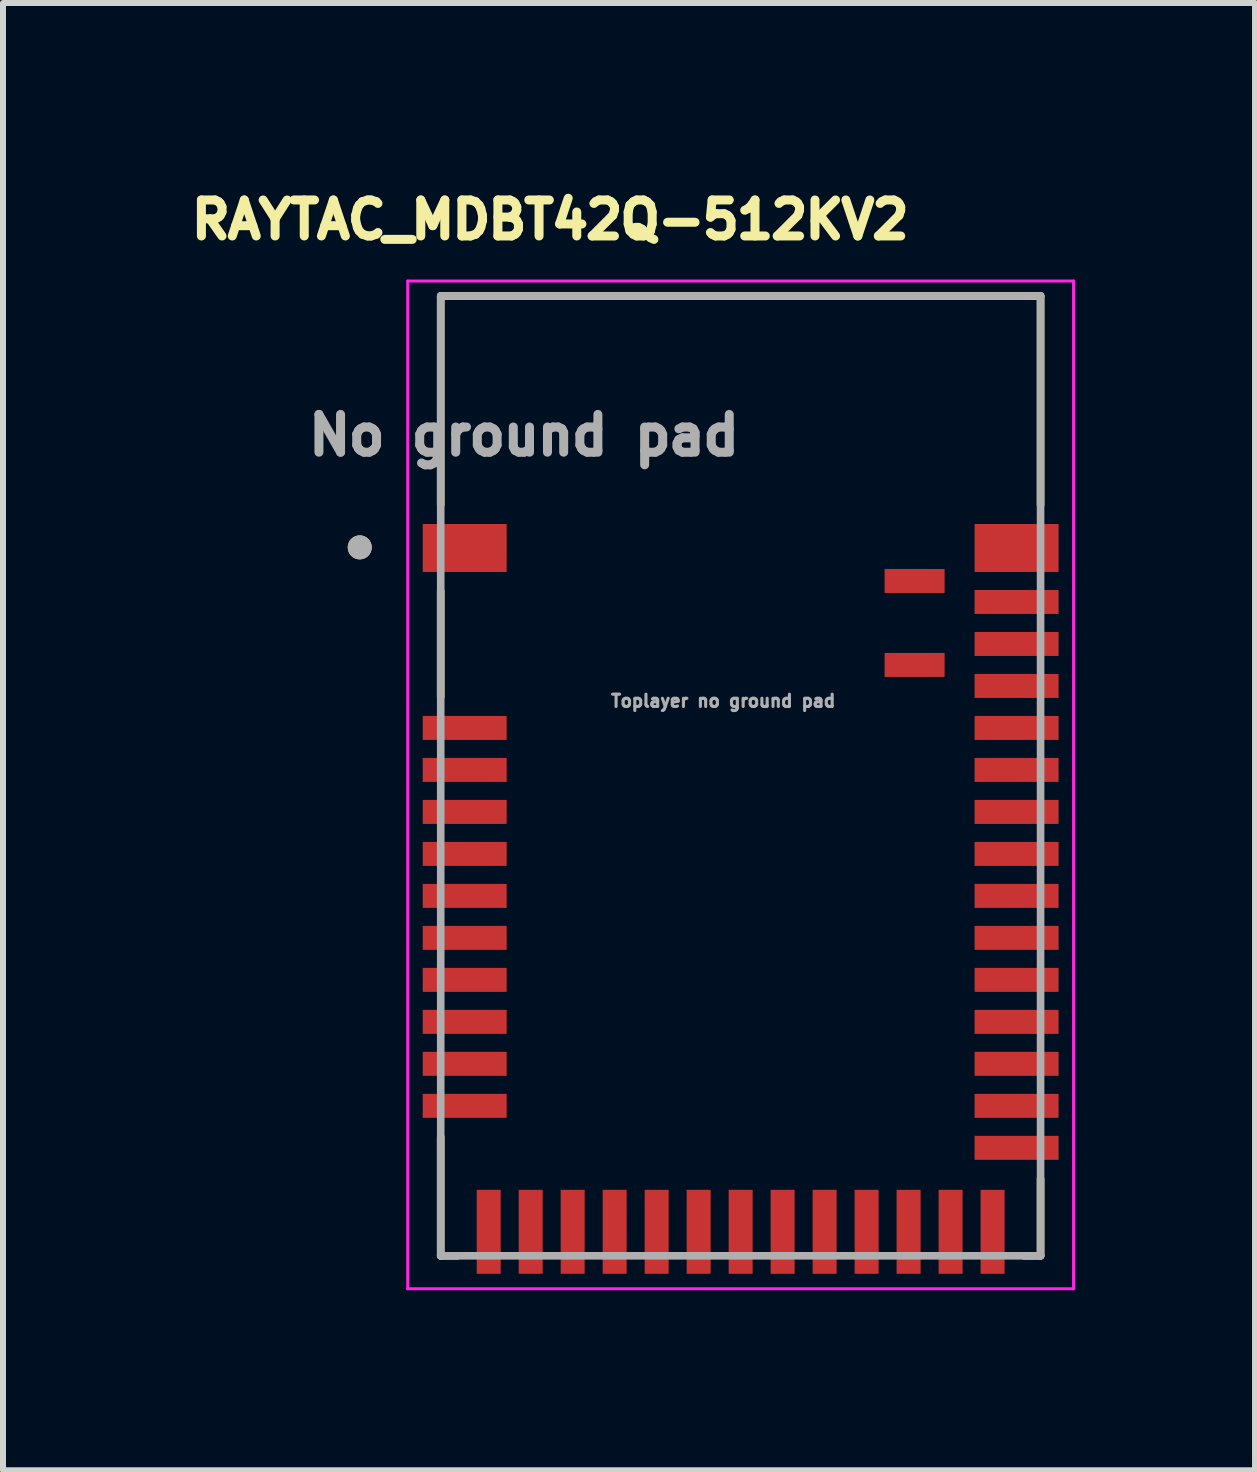
<source format=kicad_pcb>
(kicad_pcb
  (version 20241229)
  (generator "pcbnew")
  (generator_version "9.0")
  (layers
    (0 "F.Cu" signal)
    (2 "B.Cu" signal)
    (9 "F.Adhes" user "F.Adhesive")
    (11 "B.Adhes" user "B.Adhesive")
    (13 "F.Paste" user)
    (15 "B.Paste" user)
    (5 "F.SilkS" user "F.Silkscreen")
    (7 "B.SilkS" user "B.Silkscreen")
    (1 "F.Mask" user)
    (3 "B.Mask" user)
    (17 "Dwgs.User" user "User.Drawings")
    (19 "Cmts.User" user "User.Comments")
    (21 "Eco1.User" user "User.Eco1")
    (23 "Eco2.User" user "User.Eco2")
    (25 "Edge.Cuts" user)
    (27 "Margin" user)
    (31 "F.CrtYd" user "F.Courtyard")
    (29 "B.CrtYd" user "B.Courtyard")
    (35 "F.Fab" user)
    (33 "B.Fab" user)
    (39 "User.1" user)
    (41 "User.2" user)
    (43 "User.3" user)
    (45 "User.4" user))
  (footprint "RAYTAC_MDBT42Q-512KV2"
    (layer "F.Cu")
    (at 9.297 9.885)
    (property "Reference" "RAYTAC_MDBT42Q-512KV2" (at -3.175 -9.271 0) (layer "F.SilkS") (effects (font (size 0.6 0.6) (thickness 0.15))))
    (attr through_hole)
    (fp_line (start -5 -8) (end 5 -8) (stroke (width 0.127) (type solid)) (layer "F.SilkS"))
    (fp_line (start -5 -4.52) (end -5 -8) (stroke (width 0.127) (type solid)) (layer "F.SilkS"))
    (fp_line (start -5 -1.32) (end -5 -3.08) (stroke (width 0.127) (type solid)) (layer "F.SilkS"))
    (fp_line (start -5 8) (end -5 6.02) (stroke (width 0.127) (type solid)) (layer "F.SilkS"))
    (fp_line (start -4.72 8) (end -5 8) (stroke (width 0.127) (type solid)) (layer "F.SilkS"))
    (fp_line (start 5 -8) (end 5 -4.52) (stroke (width 0.127) (type solid)) (layer "F.SilkS"))
    (fp_line (start 5 6.72) (end 5 8) (stroke (width 0.127) (type solid)) (layer "F.SilkS"))
    (fp_line (start 5 8) (end 4.72 8) (stroke (width 0.127) (type solid)) (layer "F.SilkS"))
    (fp_circle (center -6.35 -3.81) (end -6.25 -3.81) (stroke (width 0.2) (type solid)) (fill no) (layer "F.SilkS"))
    (fp_line (start -5.55 -8.25) (end -5.55 8.55) (stroke (width 0.05) (type solid)) (layer "F.CrtYd"))
    (fp_line (start -5.55 8.55) (end 5.55 8.55) (stroke (width 0.05) (type solid)) (layer "F.CrtYd"))
    (fp_line (start 5.55 -8.25) (end -5.55 -8.25) (stroke (width 0.05) (type solid)) (layer "F.CrtYd"))
    (fp_line (start 5.55 8.55) (end 5.55 -8.25) (stroke (width 0.05) (type solid)) (layer "F.CrtYd"))
    (fp_line (start -5 -8) (end 5 -8) (stroke (width 0.127) (type solid)) (layer "F.Fab"))
    (fp_line (start -5 8) (end -5 -8) (stroke (width 0.127) (type solid)) (layer "F.Fab"))
    (fp_line (start 5 -8) (end 5 8) (stroke (width 0.127) (type solid)) (layer "F.Fab"))
    (fp_line (start 5 8) (end -5 8) (stroke (width 0.127) (type solid)) (layer "F.Fab"))
    (fp_circle (center -6.35 -3.81) (end -6.25 -3.81) (stroke (width 0.2) (type solid)) (fill no) (layer "F.Fab"))
    (fp_text user "No ground pad" (at -3.61 -5.68 0) (layer "F.Fab") (effects (font (size 0.63 0.63) (thickness 0.15))))
    (fp_text user "Toplayer no ground pad" (at -0.29 -1.25 0) (layer "F.Fab") (effects (font (size 0.205 0.205) (thickness 0.15))))
    (pad "1" smd rect (at -4.6 -3.8) (size 1.4 0.8) (layers "F.Cu" "F.Mask" "F.Paste"))
    (pad "2" smd rect (at -4.6 -0.8) (size 1.4 0.4) (layers "F.Cu" "F.Mask" "F.Paste"))
    (pad "3" smd rect (at -4.6 -0.1) (size 1.4 0.4) (layers "F.Cu" "F.Mask" "F.Paste"))
    (pad "4" smd rect (at -4.6 0.6) (size 1.4 0.4) (layers "F.Cu" "F.Mask" "F.Paste"))
    (pad "5" smd rect (at -4.6 1.3) (size 1.4 0.4) (layers "F.Cu" "F.Mask" "F.Paste"))
    (pad "6" smd rect (at -4.6 2) (size 1.4 0.4) (layers "F.Cu" "F.Mask" "F.Paste"))
    (pad "7" smd rect (at -4.6 2.7) (size 1.4 0.4) (layers "F.Cu" "F.Mask" "F.Paste"))
    (pad "8" smd rect (at -4.6 3.4) (size 1.4 0.4) (layers "F.Cu" "F.Mask" "F.Paste"))
    (pad "9" smd rect (at -4.6 4.1) (size 1.4 0.4) (layers "F.Cu" "F.Mask" "F.Paste"))
    (pad "10" smd rect (at -4.6 4.8) (size 1.4 0.4) (layers "F.Cu" "F.Mask" "F.Paste"))
    (pad "11" smd rect (at -4.6 5.5) (size 1.4 0.4) (layers "F.Cu" "F.Mask" "F.Paste"))
    (pad "12" smd rect (at -4.2 7.6 90) (size 1.4 0.4) (layers "F.Cu" "F.Mask" "F.Paste"))
    (pad "13" smd rect (at -3.5 7.6 270) (size 1.4 0.4) (layers "F.Cu" "F.Mask" "F.Paste"))
    (pad "14" smd rect (at -2.8 7.6 90) (size 1.4 0.4) (layers "F.Cu" "F.Mask" "F.Paste"))
    (pad "15" smd rect (at -2.1 7.6 90) (size 1.4 0.4) (layers "F.Cu" "F.Mask" "F.Paste"))
    (pad "16" smd rect (at -1.4 7.6 90) (size 1.4 0.4) (layers "F.Cu" "F.Mask" "F.Paste"))
    (pad "17" smd rect (at -0.7 7.6 90) (size 1.4 0.4) (layers "F.Cu" "F.Mask" "F.Paste"))
    (pad "18" smd rect (at 0 7.6 90) (size 1.4 0.4) (layers "F.Cu" "F.Mask" "F.Paste"))
    (pad "19" smd rect (at 0.7 7.6 90) (size 1.4 0.4) (layers "F.Cu" "F.Mask" "F.Paste"))
    (pad "20" smd rect (at 1.4 7.6 90) (size 1.4 0.4) (layers "F.Cu" "F.Mask" "F.Paste"))
    (pad "21" smd rect (at 2.1 7.6 90) (size 1.4 0.4) (layers "F.Cu" "F.Mask" "F.Paste"))
    (pad "22" smd rect (at 2.8 7.6 90) (size 1.4 0.4) (layers "F.Cu" "F.Mask" "F.Paste"))
    (pad "23" smd rect (at 3.5 7.6 90) (size 1.4 0.4) (layers "F.Cu" "F.Mask" "F.Paste"))
    (pad "24" smd rect (at 4.2 7.6 90) (size 1.4 0.4) (layers "F.Cu" "F.Mask" "F.Paste"))
    (pad "25" smd rect (at 4.6 6.2 180) (size 1.4 0.4) (layers "F.Cu" "F.Mask" "F.Paste"))
    (pad "26" smd rect (at 4.6 5.5 180) (size 1.4 0.4) (layers "F.Cu" "F.Mask" "F.Paste"))
    (pad "27" smd rect (at 4.6 4.8 180) (size 1.4 0.4) (layers "F.Cu" "F.Mask" "F.Paste"))
    (pad "28" smd rect (at 4.6 4.1 180) (size 1.4 0.4) (layers "F.Cu" "F.Mask" "F.Paste"))
    (pad "29" smd rect (at 4.6 3.4 180) (size 1.4 0.4) (layers "F.Cu" "F.Mask" "F.Paste"))
    (pad "30" smd rect (at 4.6 2.7 180) (size 1.4 0.4) (layers "F.Cu" "F.Mask" "F.Paste"))
    (pad "31" smd rect (at 4.6 2 180) (size 1.4 0.4) (layers "F.Cu" "F.Mask" "F.Paste"))
    (pad "32" smd rect (at 4.6 1.3 180) (size 1.4 0.4) (layers "F.Cu" "F.Mask" "F.Paste"))
    (pad "33" smd rect (at 4.6 0.6 180) (size 1.4 0.4) (layers "F.Cu" "F.Mask" "F.Paste"))
    (pad "34" smd rect (at 4.6 -0.1 180) (size 1.4 0.4) (layers "F.Cu" "F.Mask" "F.Paste"))
    (pad "35" smd rect (at 4.6 -0.8 180) (size 1.4 0.4) (layers "F.Cu" "F.Mask" "F.Paste"))
    (pad "36" smd rect (at 4.6 -1.5 180) (size 1.4 0.4) (layers "F.Cu" "F.Mask" "F.Paste"))
    (pad "37" smd rect (at 4.6 -2.2 180) (size 1.4 0.4) (layers "F.Cu" "F.Mask" "F.Paste"))
    (pad "38" smd rect (at 4.6 -2.9 180) (size 1.4 0.4) (layers "F.Cu" "F.Mask" "F.Paste"))
    (pad "39" smd rect (at 4.6 -3.8 180) (size 1.4 0.8) (layers "F.Cu" "F.Mask" "F.Paste"))
    (pad "40" smd rect (at 2.9 -3.25 180) (size 1 0.4) (layers "F.Cu" "F.Mask" "F.Paste"))
    (pad "41" smd rect (at 2.9 -1.85 180) (size 1 0.4) (layers "F.Cu" "F.Mask" "F.Paste"))
    (zone (net_name "") (layer "F.Cu") (hatch full 0.508) (connect_pads) (min_thickness 0.01) (filled_areas_thickness no) (keepout (tracks not_allowed) (vias not_allowed) (pads not_allowed) (copperpour not_allowed) (footprints allowed)) (placement (enabled no)) (fill) (polygon (pts (xy 3.997 1.885) (xy 14.597 1.885) (xy 14.597 5.685) (xy 3.997 5.685))))
    (zone (net_name "") (layer "F.Cu") (hatch full 0.508) (connect_pads) (min_thickness 0.01) (filled_areas_thickness no) (keepout (tracks not_allowed) (vias not_allowed) (pads not_allowed) (copperpour not_allowed) (footprints allowed)) (placement (enabled no)) (fill) (polygon (pts (xy 8.797 5.685) (xy 13.197 5.685) (xy 13.197 8.785) (xy 8.797 8.785))))
    (zone (net_name "") (layers "F.Cu" "B.Cu") (hatch full 0.508) (connect_pads) (min_thickness 0.01) (filled_areas_thickness no) (keepout (tracks allowed) (vias not_allowed) (pads allowed) (copperpour allowed) (footprints allowed)) (placement (enabled no)) (fill) (polygon (pts (xy 3.997 1.885) (xy 14.597 1.885) (xy 14.597 5.685) (xy 3.997 5.685))))
    (zone (net_name "") (layer "B.Cu") (hatch full 0.508) (connect_pads) (min_thickness 0.01) (filled_areas_thickness no) (keepout (tracks not_allowed) (vias not_allowed) (pads not_allowed) (copperpour not_allowed) (footprints allowed)) (placement (enabled no)) (fill) (polygon (pts (xy 3.997 1.885) (xy 14.597 1.885) (xy 14.597 5.685) (xy 3.997 5.685)))))
  (gr_rect
    (start -3 -3)
    (end 17.872 21.46)
    (stroke (width 0.1) (type default))
    (fill no)
    (layer "Edge.Cuts")))
</source>
